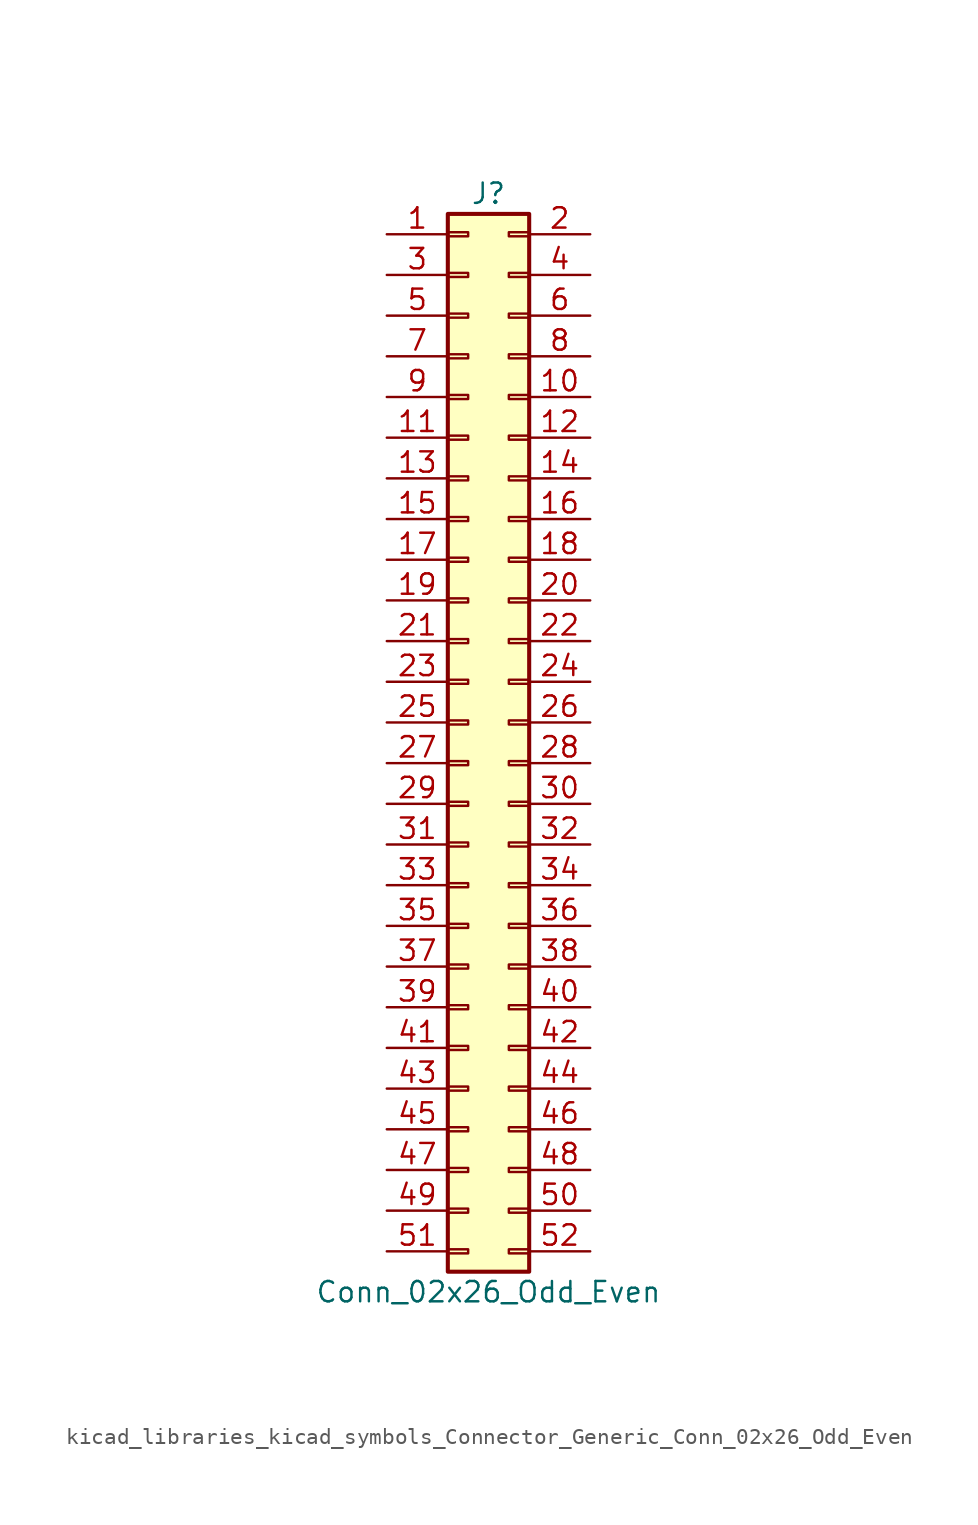
<source format=kicad_sym>
(kicad_symbol_lib
  (version 20220914)
  (generator kicad_symbol_editor)
  (symbol "kicad_libraries_kicad_symbols_Connector_Generic_Conn_02x26_Odd_Even"
    (pin_names
      (offset 1.016) hide)
    (property "Reference" "J"
      (at 1.27 33.02 0)
      (effects (font (size 1.27 1.27))))
    (property "Value" "Conn_02x26_Odd_Even"
      (at 1.27 -35.56 0)
      (effects (font (size 1.27 1.27))))
    (symbol "kicad_libraries_kicad_symbols_Connector_Generic_Conn_02x26_Odd_Even_1_1"
      (rectangle (start -1.27 -32.893) (end 0 -33.147) (stroke (width 0.152) (type default)) (fill (type none)))
      (rectangle (start -1.27 -30.353) (end 0 -30.607) (stroke (width 0.152) (type default)) (fill (type none)))
      (rectangle (start -1.27 -27.813) (end 0 -28.067) (stroke (width 0.152) (type default)) (fill (type none)))
      (rectangle (start -1.27 -25.273) (end 0 -25.527) (stroke (width 0.152) (type default)) (fill (type none)))
      (rectangle (start -1.27 -22.733) (end 0 -22.987) (stroke (width 0.152) (type default)) (fill (type none)))
      (rectangle (start -1.27 -20.193) (end 0 -20.447) (stroke (width 0.152) (type default)) (fill (type none)))
      (rectangle (start -1.27 -17.653) (end 0 -17.907) (stroke (width 0.152) (type default)) (fill (type none)))
      (rectangle (start -1.27 -15.113) (end 0 -15.367) (stroke (width 0.152) (type default)) (fill (type none)))
      (rectangle (start -1.27 -12.573) (end 0 -12.827) (stroke (width 0.152) (type default)) (fill (type none)))
      (rectangle (start -1.27 -10.033) (end 0 -10.287) (stroke (width 0.152) (type default)) (fill (type none)))
      (rectangle (start -1.27 -7.493) (end 0 -7.747) (stroke (width 0.152) (type default)) (fill (type none)))
      (rectangle (start -1.27 -4.953) (end 0 -5.207) (stroke (width 0.152) (type default)) (fill (type none)))
      (rectangle (start -1.27 -2.413) (end 0 -2.667) (stroke (width 0.152) (type default)) (fill (type none)))
      (rectangle (start -1.27 0.127) (end 0 -0.127) (stroke (width 0.152) (type default)) (fill (type none)))
      (rectangle (start -1.27 2.667) (end 0 2.413) (stroke (width 0.152) (type default)) (fill (type none)))
      (rectangle (start -1.27 5.207) (end 0 4.953) (stroke (width 0.152) (type default)) (fill (type none)))
      (rectangle (start -1.27 7.747) (end 0 7.493) (stroke (width 0.152) (type default)) (fill (type none)))
      (rectangle (start -1.27 10.287) (end 0 10.033) (stroke (width 0.152) (type default)) (fill (type none)))
      (rectangle (start -1.27 12.827) (end 0 12.573) (stroke (width 0.152) (type default)) (fill (type none)))
      (rectangle (start -1.27 15.367) (end 0 15.113) (stroke (width 0.152) (type default)) (fill (type none)))
      (rectangle (start -1.27 17.907) (end 0 17.653) (stroke (width 0.152) (type default)) (fill (type none)))
      (rectangle (start -1.27 20.447) (end 0 20.193) (stroke (width 0.152) (type default)) (fill (type none)))
      (rectangle (start -1.27 22.987) (end 0 22.733) (stroke (width 0.152) (type default)) (fill (type none)))
      (rectangle (start -1.27 25.527) (end 0 25.273) (stroke (width 0.152) (type default)) (fill (type none)))
      (rectangle (start -1.27 28.067) (end 0 27.813) (stroke (width 0.152) (type default)) (fill (type none)))
      (rectangle (start -1.27 30.607) (end 0 30.353) (stroke (width 0.152) (type default)) (fill (type none)))
      (rectangle (start -1.27 31.75) (end 3.81 -34.29) (stroke (width 0.254) (type default)) (fill (type background)))
      (rectangle (start 3.81 -32.893) (end 2.54 -33.147) (stroke (width 0.152) (type default)) (fill (type none)))
      (rectangle (start 3.81 -30.353) (end 2.54 -30.607) (stroke (width 0.152) (type default)) (fill (type none)))
      (rectangle (start 3.81 -27.813) (end 2.54 -28.067) (stroke (width 0.152) (type default)) (fill (type none)))
      (rectangle (start 3.81 -25.273) (end 2.54 -25.527) (stroke (width 0.152) (type default)) (fill (type none)))
      (rectangle (start 3.81 -22.733) (end 2.54 -22.987) (stroke (width 0.152) (type default)) (fill (type none)))
      (rectangle (start 3.81 -20.193) (end 2.54 -20.447) (stroke (width 0.152) (type default)) (fill (type none)))
      (rectangle (start 3.81 -17.653) (end 2.54 -17.907) (stroke (width 0.152) (type default)) (fill (type none)))
      (rectangle (start 3.81 -15.113) (end 2.54 -15.367) (stroke (width 0.152) (type default)) (fill (type none)))
      (rectangle (start 3.81 -12.573) (end 2.54 -12.827) (stroke (width 0.152) (type default)) (fill (type none)))
      (rectangle (start 3.81 -10.033) (end 2.54 -10.287) (stroke (width 0.152) (type default)) (fill (type none)))
      (rectangle (start 3.81 -7.493) (end 2.54 -7.747) (stroke (width 0.152) (type default)) (fill (type none)))
      (rectangle (start 3.81 -4.953) (end 2.54 -5.207) (stroke (width 0.152) (type default)) (fill (type none)))
      (rectangle (start 3.81 -2.413) (end 2.54 -2.667) (stroke (width 0.152) (type default)) (fill (type none)))
      (rectangle (start 3.81 0.127) (end 2.54 -0.127) (stroke (width 0.152) (type default)) (fill (type none)))
      (rectangle (start 3.81 2.667) (end 2.54 2.413) (stroke (width 0.152) (type default)) (fill (type none)))
      (rectangle (start 3.81 5.207) (end 2.54 4.953) (stroke (width 0.152) (type default)) (fill (type none)))
      (rectangle (start 3.81 7.747) (end 2.54 7.493) (stroke (width 0.152) (type default)) (fill (type none)))
      (rectangle (start 3.81 10.287) (end 2.54 10.033) (stroke (width 0.152) (type default)) (fill (type none)))
      (rectangle (start 3.81 12.827) (end 2.54 12.573) (stroke (width 0.152) (type default)) (fill (type none)))
      (rectangle (start 3.81 15.367) (end 2.54 15.113) (stroke (width 0.152) (type default)) (fill (type none)))
      (rectangle (start 3.81 17.907) (end 2.54 17.653) (stroke (width 0.152) (type default)) (fill (type none)))
      (rectangle (start 3.81 20.447) (end 2.54 20.193) (stroke (width 0.152) (type default)) (fill (type none)))
      (rectangle (start 3.81 22.987) (end 2.54 22.733) (stroke (width 0.152) (type default)) (fill (type none)))
      (rectangle (start 3.81 25.527) (end 2.54 25.273) (stroke (width 0.152) (type default)) (fill (type none)))
      (rectangle (start 3.81 28.067) (end 2.54 27.813) (stroke (width 0.152) (type default)) (fill (type none)))
      (rectangle (start 3.81 30.607) (end 2.54 30.353) (stroke (width 0.152) (type default)) (fill (type none)))
      (pin passive line (at -5.08 30.48 0) (length 3.81) (name "Pin_1" (effects (font (size 1.27 1.27)))) (number "1" (effects (font (size 1.27 1.27)))))
      (pin passive line (at 7.62 20.32 180) (length 3.81) (name "Pin_10" (effects (font (size 1.27 1.27)))) (number "10" (effects (font (size 1.27 1.27)))))
      (pin passive line (at -5.08 17.78 0) (length 3.81) (name "Pin_11" (effects (font (size 1.27 1.27)))) (number "11" (effects (font (size 1.27 1.27)))))
      (pin passive line (at 7.62 17.78 180) (length 3.81) (name "Pin_12" (effects (font (size 1.27 1.27)))) (number "12" (effects (font (size 1.27 1.27)))))
      (pin passive line (at -5.08 15.24 0) (length 3.81) (name "Pin_13" (effects (font (size 1.27 1.27)))) (number "13" (effects (font (size 1.27 1.27)))))
      (pin passive line (at 7.62 15.24 180) (length 3.81) (name "Pin_14" (effects (font (size 1.27 1.27)))) (number "14" (effects (font (size 1.27 1.27)))))
      (pin passive line (at -5.08 12.7 0) (length 3.81) (name "Pin_15" (effects (font (size 1.27 1.27)))) (number "15" (effects (font (size 1.27 1.27)))))
      (pin passive line (at 7.62 12.7 180) (length 3.81) (name "Pin_16" (effects (font (size 1.27 1.27)))) (number "16" (effects (font (size 1.27 1.27)))))
      (pin passive line (at -5.08 10.16 0) (length 3.81) (name "Pin_17" (effects (font (size 1.27 1.27)))) (number "17" (effects (font (size 1.27 1.27)))))
      (pin passive line (at 7.62 10.16 180) (length 3.81) (name "Pin_18" (effects (font (size 1.27 1.27)))) (number "18" (effects (font (size 1.27 1.27)))))
      (pin passive line (at -5.08 7.62 0) (length 3.81) (name "Pin_19" (effects (font (size 1.27 1.27)))) (number "19" (effects (font (size 1.27 1.27)))))
      (pin passive line (at 7.62 30.48 180) (length 3.81) (name "Pin_2" (effects (font (size 1.27 1.27)))) (number "2" (effects (font (size 1.27 1.27)))))
      (pin passive line (at 7.62 7.62 180) (length 3.81) (name "Pin_20" (effects (font (size 1.27 1.27)))) (number "20" (effects (font (size 1.27 1.27)))))
      (pin passive line (at -5.08 5.08 0) (length 3.81) (name "Pin_21" (effects (font (size 1.27 1.27)))) (number "21" (effects (font (size 1.27 1.27)))))
      (pin passive line (at 7.62 5.08 180) (length 3.81) (name "Pin_22" (effects (font (size 1.27 1.27)))) (number "22" (effects (font (size 1.27 1.27)))))
      (pin passive line (at -5.08 2.54 0) (length 3.81) (name "Pin_23" (effects (font (size 1.27 1.27)))) (number "23" (effects (font (size 1.27 1.27)))))
      (pin passive line (at 7.62 2.54 180) (length 3.81) (name "Pin_24" (effects (font (size 1.27 1.27)))) (number "24" (effects (font (size 1.27 1.27)))))
      (pin passive line (at -5.08 0 0) (length 3.81) (name "Pin_25" (effects (font (size 1.27 1.27)))) (number "25" (effects (font (size 1.27 1.27)))))
      (pin passive line (at 7.62 0 180) (length 3.81) (name "Pin_26" (effects (font (size 1.27 1.27)))) (number "26" (effects (font (size 1.27 1.27)))))
      (pin passive line (at -5.08 -2.54 0) (length 3.81) (name "Pin_27" (effects (font (size 1.27 1.27)))) (number "27" (effects (font (size 1.27 1.27)))))
      (pin passive line (at 7.62 -2.54 180) (length 3.81) (name "Pin_28" (effects (font (size 1.27 1.27)))) (number "28" (effects (font (size 1.27 1.27)))))
      (pin passive line (at -5.08 -5.08 0) (length 3.81) (name "Pin_29" (effects (font (size 1.27 1.27)))) (number "29" (effects (font (size 1.27 1.27)))))
      (pin passive line (at -5.08 27.94 0) (length 3.81) (name "Pin_3" (effects (font (size 1.27 1.27)))) (number "3" (effects (font (size 1.27 1.27)))))
      (pin passive line (at 7.62 -5.08 180) (length 3.81) (name "Pin_30" (effects (font (size 1.27 1.27)))) (number "30" (effects (font (size 1.27 1.27)))))
      (pin passive line (at -5.08 -7.62 0) (length 3.81) (name "Pin_31" (effects (font (size 1.27 1.27)))) (number "31" (effects (font (size 1.27 1.27)))))
      (pin passive line (at 7.62 -7.62 180) (length 3.81) (name "Pin_32" (effects (font (size 1.27 1.27)))) (number "32" (effects (font (size 1.27 1.27)))))
      (pin passive line (at -5.08 -10.16 0) (length 3.81) (name "Pin_33" (effects (font (size 1.27 1.27)))) (number "33" (effects (font (size 1.27 1.27)))))
      (pin passive line (at 7.62 -10.16 180) (length 3.81) (name "Pin_34" (effects (font (size 1.27 1.27)))) (number "34" (effects (font (size 1.27 1.27)))))
      (pin passive line (at -5.08 -12.7 0) (length 3.81) (name "Pin_35" (effects (font (size 1.27 1.27)))) (number "35" (effects (font (size 1.27 1.27)))))
      (pin passive line (at 7.62 -12.7 180) (length 3.81) (name "Pin_36" (effects (font (size 1.27 1.27)))) (number "36" (effects (font (size 1.27 1.27)))))
      (pin passive line (at -5.08 -15.24 0) (length 3.81) (name "Pin_37" (effects (font (size 1.27 1.27)))) (number "37" (effects (font (size 1.27 1.27)))))
      (pin passive line (at 7.62 -15.24 180) (length 3.81) (name "Pin_38" (effects (font (size 1.27 1.27)))) (number "38" (effects (font (size 1.27 1.27)))))
      (pin passive line (at -5.08 -17.78 0) (length 3.81) (name "Pin_39" (effects (font (size 1.27 1.27)))) (number "39" (effects (font (size 1.27 1.27)))))
      (pin passive line (at 7.62 27.94 180) (length 3.81) (name "Pin_4" (effects (font (size 1.27 1.27)))) (number "4" (effects (font (size 1.27 1.27)))))
      (pin passive line (at 7.62 -17.78 180) (length 3.81) (name "Pin_40" (effects (font (size 1.27 1.27)))) (number "40" (effects (font (size 1.27 1.27)))))
      (pin passive line (at -5.08 -20.32 0) (length 3.81) (name "Pin_41" (effects (font (size 1.27 1.27)))) (number "41" (effects (font (size 1.27 1.27)))))
      (pin passive line (at 7.62 -20.32 180) (length 3.81) (name "Pin_42" (effects (font (size 1.27 1.27)))) (number "42" (effects (font (size 1.27 1.27)))))
      (pin passive line (at -5.08 -22.86 0) (length 3.81) (name "Pin_43" (effects (font (size 1.27 1.27)))) (number "43" (effects (font (size 1.27 1.27)))))
      (pin passive line (at 7.62 -22.86 180) (length 3.81) (name "Pin_44" (effects (font (size 1.27 1.27)))) (number "44" (effects (font (size 1.27 1.27)))))
      (pin passive line (at -5.08 -25.4 0) (length 3.81) (name "Pin_45" (effects (font (size 1.27 1.27)))) (number "45" (effects (font (size 1.27 1.27)))))
      (pin passive line (at 7.62 -25.4 180) (length 3.81) (name "Pin_46" (effects (font (size 1.27 1.27)))) (number "46" (effects (font (size 1.27 1.27)))))
      (pin passive line (at -5.08 -27.94 0) (length 3.81) (name "Pin_47" (effects (font (size 1.27 1.27)))) (number "47" (effects (font (size 1.27 1.27)))))
      (pin passive line (at 7.62 -27.94 180) (length 3.81) (name "Pin_48" (effects (font (size 1.27 1.27)))) (number "48" (effects (font (size 1.27 1.27)))))
      (pin passive line (at -5.08 -30.48 0) (length 3.81) (name "Pin_49" (effects (font (size 1.27 1.27)))) (number "49" (effects (font (size 1.27 1.27)))))
      (pin passive line (at -5.08 25.4 0) (length 3.81) (name "Pin_5" (effects (font (size 1.27 1.27)))) (number "5" (effects (font (size 1.27 1.27)))))
      (pin passive line (at 7.62 -30.48 180) (length 3.81) (name "Pin_50" (effects (font (size 1.27 1.27)))) (number "50" (effects (font (size 1.27 1.27)))))
      (pin passive line (at -5.08 -33.02 0) (length 3.81) (name "Pin_51" (effects (font (size 1.27 1.27)))) (number "51" (effects (font (size 1.27 1.27)))))
      (pin passive line (at 7.62 -33.02 180) (length 3.81) (name "Pin_52" (effects (font (size 1.27 1.27)))) (number "52" (effects (font (size 1.27 1.27)))))
      (pin passive line (at 7.62 25.4 180) (length 3.81) (name "Pin_6" (effects (font (size 1.27 1.27)))) (number "6" (effects (font (size 1.27 1.27)))))
      (pin passive line (at -5.08 22.86 0) (length 3.81) (name "Pin_7" (effects (font (size 1.27 1.27)))) (number "7" (effects (font (size 1.27 1.27)))))
      (pin passive line (at 7.62 22.86 180) (length 3.81) (name "Pin_8" (effects (font (size 1.27 1.27)))) (number "8" (effects (font (size 1.27 1.27)))))
      (pin passive line (at -5.08 20.32 0) (length 3.81) (name "Pin_9" (effects (font (size 1.27 1.27)))) (number "9" (effects (font (size 1.27 1.27))))))))
</source>
